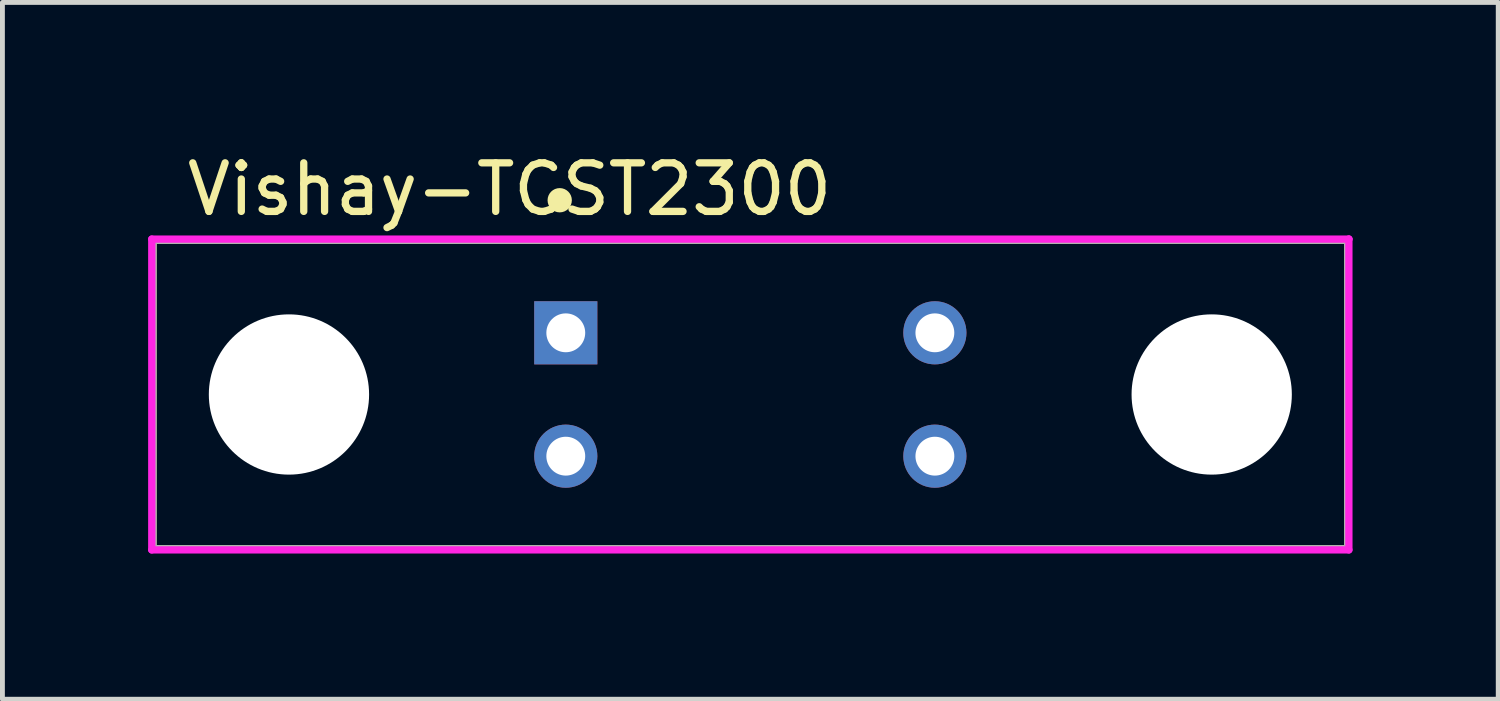
<source format=kicad_pcb>
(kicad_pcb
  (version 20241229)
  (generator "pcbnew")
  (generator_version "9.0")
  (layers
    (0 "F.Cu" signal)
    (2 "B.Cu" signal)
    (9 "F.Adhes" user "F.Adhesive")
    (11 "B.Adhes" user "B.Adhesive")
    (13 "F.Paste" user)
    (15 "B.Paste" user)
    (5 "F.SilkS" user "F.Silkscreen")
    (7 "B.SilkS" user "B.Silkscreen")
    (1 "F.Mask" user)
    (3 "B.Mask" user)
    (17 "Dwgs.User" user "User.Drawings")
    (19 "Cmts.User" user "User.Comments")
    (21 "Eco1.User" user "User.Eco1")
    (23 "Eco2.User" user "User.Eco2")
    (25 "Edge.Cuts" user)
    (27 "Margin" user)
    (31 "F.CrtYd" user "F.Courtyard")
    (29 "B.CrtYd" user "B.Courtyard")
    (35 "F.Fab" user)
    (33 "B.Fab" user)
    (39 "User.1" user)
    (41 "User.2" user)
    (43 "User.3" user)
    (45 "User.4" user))
  (footprint "Vishay-TCST2300"
    (layer "F.Cu")
    (at 12.4 5.073)
    (property "Reference" "Vishay-TCST2300" (at -11.675 -4.225 0) (layer "F.SilkS") (effects (font (size 1 1) (thickness 0.15)) (justify left)))
    (attr through_hole)
    (fp_line (start -12.3 -3.175) (end 12.3 -3.175) (stroke (width 0.15) (type solid)) (layer "F.SilkS"))
    (fp_line (start -12.3 3.175) (end -12.3 -3.175) (stroke (width 0.15) (type solid)) (layer "F.SilkS"))
    (fp_line (start 12.3 -3.175) (end 12.3 3.175) (stroke (width 0.15) (type solid)) (layer "F.SilkS"))
    (fp_line (start 12.3 3.175) (end -12.3 3.175) (stroke (width 0.15) (type solid)) (layer "F.SilkS"))
    (fp_circle (center -3.925 -4) (end -3.8 -4) (stroke (width 0.25) (type solid)) (fill no) (layer "F.SilkS"))
    (fp_line (start -12.325 -3.2) (end -12.325 3.2) (stroke (width 0.15) (type solid)) (layer "F.CrtYd"))
    (fp_line (start -12.325 3.2) (end 12.325 3.2) (stroke (width 0.15) (type solid)) (layer "F.CrtYd"))
    (fp_line (start 12.325 -3.2) (end -12.325 -3.2) (stroke (width 0.15) (type solid)) (layer "F.CrtYd"))
    (fp_line (start 12.325 -3.2) (end 12.325 -3.2) (stroke (width 0.15) (type solid)) (layer "F.CrtYd"))
    (fp_line (start 12.325 3.2) (end 12.325 -3.2) (stroke (width 0.15) (type solid)) (layer "F.CrtYd"))
    (fp_line (start -12.3 -3.175) (end 12.3 -3.175) (stroke (width 0.15) (type solid)) (layer "F.Fab"))
    (fp_line (start -12.3 3.175) (end -12.3 -3.175) (stroke (width 0.15) (type solid)) (layer "F.Fab"))
    (fp_line (start 12.3 -3.175) (end 12.3 3.175) (stroke (width 0.15) (type solid)) (layer "F.Fab"))
    (fp_line (start 12.3 3.175) (end -12.3 3.175) (stroke (width 0.15) (type solid)) (layer "F.Fab"))
    (pad "" np_thru_hole circle (at -9.5 0) (size 3.3 3.3) (drill 3.3) (layers "*.Cu" "*.Mask"))
    (pad "" np_thru_hole circle (at 9.5 0) (size 3.3 3.3) (drill 3.3) (layers "*.Cu" "*.Mask"))
    (pad "1" thru_hole rect (at -3.8 -1.27) (size 1.3 1.3) (drill 0.8) (layers "*.Cu" "*.Mask"))
    (pad "2" thru_hole circle (at 3.8 -1.27) (size 1.3 1.3) (drill 0.8) (layers "*.Cu" "*.Mask"))
    (pad "3" thru_hole circle (at -3.8 1.27) (size 1.3 1.3) (drill 0.8) (layers "*.Cu" "*.Mask"))
    (pad "4" thru_hole circle (at 3.8 1.27) (size 1.3 1.3) (drill 0.8) (layers "*.Cu" "*.Mask")))
  (gr_rect
    (start -3 -3)
    (end 27.8 11.348)
    (stroke (width 0.1) (type default))
    (fill no)
    (layer "Edge.Cuts")))
</source>
